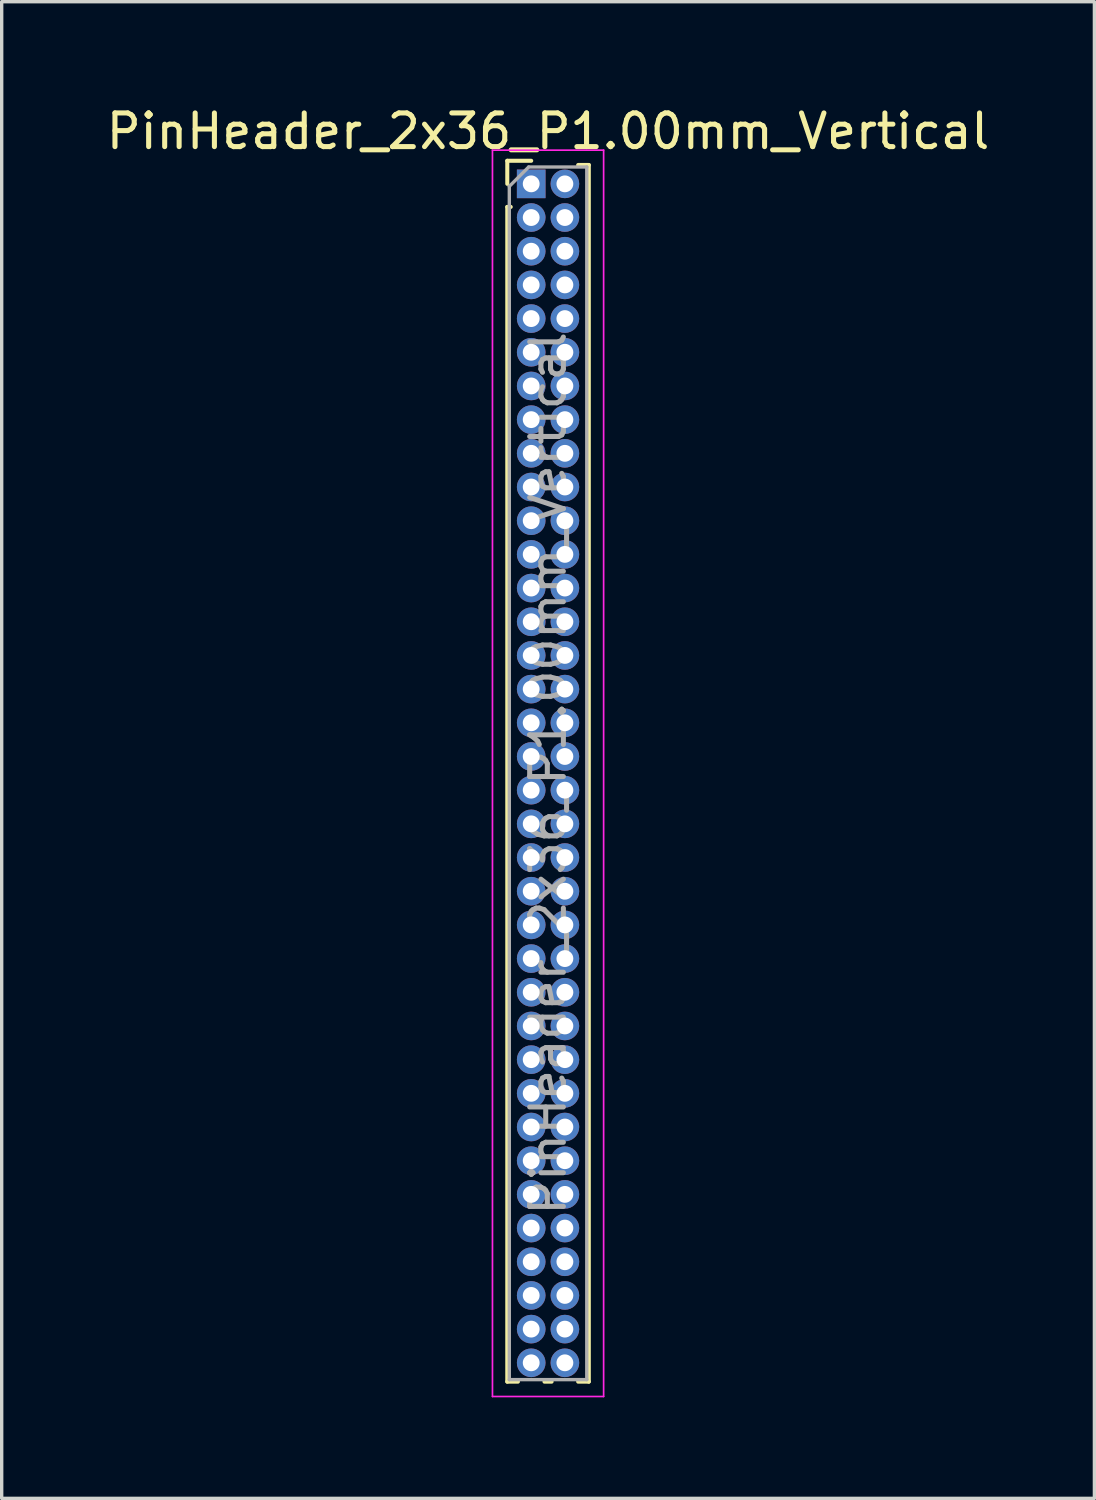
<source format=kicad_pcb>
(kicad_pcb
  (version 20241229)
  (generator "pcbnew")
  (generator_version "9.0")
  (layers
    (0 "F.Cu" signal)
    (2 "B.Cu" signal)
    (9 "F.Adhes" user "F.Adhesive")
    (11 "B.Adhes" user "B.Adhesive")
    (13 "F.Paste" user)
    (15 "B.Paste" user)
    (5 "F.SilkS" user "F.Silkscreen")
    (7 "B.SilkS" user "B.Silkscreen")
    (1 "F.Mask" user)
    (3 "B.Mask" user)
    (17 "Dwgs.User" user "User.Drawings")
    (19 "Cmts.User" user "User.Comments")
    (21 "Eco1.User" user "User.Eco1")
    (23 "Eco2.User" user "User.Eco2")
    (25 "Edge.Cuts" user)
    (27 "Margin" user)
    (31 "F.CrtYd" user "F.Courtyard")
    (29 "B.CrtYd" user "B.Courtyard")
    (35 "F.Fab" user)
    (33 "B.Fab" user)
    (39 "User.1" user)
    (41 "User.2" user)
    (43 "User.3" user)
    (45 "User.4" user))
  (footprint "PinHeader_2x36_P1.00mm_Vertical"
    (layer "F.Cu")
    (at 12.72 2.408)
    (property "Reference" "PinHeader_2x36_P1.00mm_Vertical" (at 0.5 -1.56 0) (layer "F.SilkS") (effects (font (size 1 1) (thickness 0.15))))
    (attr through_hole)
    (fp_line (start -0.71 -0.685) (end 0 -0.685) (stroke (width 0.12) (type solid)) (layer "F.SilkS"))
    (fp_line (start -0.71 0) (end -0.71 -0.685) (stroke (width 0.12) (type solid)) (layer "F.SilkS"))
    (fp_line (start -0.71 0.685) (end -0.71 35.56) (stroke (width 0.12) (type solid)) (layer "F.SilkS"))
    (fp_line (start -0.71 0.685) (end -0.608 0.685) (stroke (width 0.12) (type solid)) (layer "F.SilkS"))
    (fp_line (start -0.71 35.56) (end -0.394 35.56) (stroke (width 0.12) (type solid)) (layer "F.SilkS"))
    (fp_line (start 0.394 35.56) (end 0.606 35.56) (stroke (width 0.12) (type solid)) (layer "F.SilkS"))
    (fp_line (start 1.394 -0.56) (end 1.71 -0.56) (stroke (width 0.12) (type solid)) (layer "F.SilkS"))
    (fp_line (start 1.394 35.56) (end 1.71 35.56) (stroke (width 0.12) (type solid)) (layer "F.SilkS"))
    (fp_line (start 1.71 -0.56) (end 1.71 35.56) (stroke (width 0.12) (type solid)) (layer "F.SilkS"))
    (fp_line (start -1.15 -1) (end -1.15 36) (stroke (width 0.05) (type solid)) (layer "F.CrtYd"))
    (fp_line (start -1.15 36) (end 2.15 36) (stroke (width 0.05) (type solid)) (layer "F.CrtYd"))
    (fp_line (start 2.15 -1) (end -1.15 -1) (stroke (width 0.05) (type solid)) (layer "F.CrtYd"))
    (fp_line (start 2.15 36) (end 2.15 -1) (stroke (width 0.05) (type solid)) (layer "F.CrtYd"))
    (fp_line (start -0.65 0.075) (end -0.075 -0.5) (stroke (width 0.1) (type solid)) (layer "F.Fab"))
    (fp_line (start -0.65 35.5) (end -0.65 0.075) (stroke (width 0.1) (type solid)) (layer "F.Fab"))
    (fp_line (start -0.075 -0.5) (end 1.65 -0.5) (stroke (width 0.1) (type solid)) (layer "F.Fab"))
    (fp_line (start 1.65 -0.5) (end 1.65 35.5) (stroke (width 0.1) (type solid)) (layer "F.Fab"))
    (fp_line (start 1.65 35.5) (end -0.65 35.5) (stroke (width 0.1) (type solid)) (layer "F.Fab"))
    (fp_text user "${REFERENCE}" (at 0.5 17.5 90) (layer "F.Fab") (effects (font (size 1 1) (thickness 0.15))))
    (pad "1" thru_hole rect (at 0 0) (size 0.85 0.85) (drill 0.5) (layers "*.Cu" "*.Mask"))
    (pad "2" thru_hole oval (at 1 0) (size 0.85 0.85) (drill 0.5) (layers "*.Cu" "*.Mask"))
    (pad "3" thru_hole oval (at 0 1) (size 0.85 0.85) (drill 0.5) (layers "*.Cu" "*.Mask"))
    (pad "4" thru_hole oval (at 1 1) (size 0.85 0.85) (drill 0.5) (layers "*.Cu" "*.Mask"))
    (pad "5" thru_hole oval (at 0 2) (size 0.85 0.85) (drill 0.5) (layers "*.Cu" "*.Mask"))
    (pad "6" thru_hole oval (at 1 2) (size 0.85 0.85) (drill 0.5) (layers "*.Cu" "*.Mask"))
    (pad "7" thru_hole oval (at 0 3) (size 0.85 0.85) (drill 0.5) (layers "*.Cu" "*.Mask"))
    (pad "8" thru_hole oval (at 1 3) (size 0.85 0.85) (drill 0.5) (layers "*.Cu" "*.Mask"))
    (pad "9" thru_hole oval (at 0 4) (size 0.85 0.85) (drill 0.5) (layers "*.Cu" "*.Mask"))
    (pad "10" thru_hole oval (at 1 4) (size 0.85 0.85) (drill 0.5) (layers "*.Cu" "*.Mask"))
    (pad "11" thru_hole oval (at 0 5) (size 0.85 0.85) (drill 0.5) (layers "*.Cu" "*.Mask"))
    (pad "12" thru_hole oval (at 1 5) (size 0.85 0.85) (drill 0.5) (layers "*.Cu" "*.Mask"))
    (pad "13" thru_hole oval (at 0 6) (size 0.85 0.85) (drill 0.5) (layers "*.Cu" "*.Mask"))
    (pad "14" thru_hole oval (at 1 6) (size 0.85 0.85) (drill 0.5) (layers "*.Cu" "*.Mask"))
    (pad "15" thru_hole oval (at 0 7) (size 0.85 0.85) (drill 0.5) (layers "*.Cu" "*.Mask"))
    (pad "16" thru_hole oval (at 1 7) (size 0.85 0.85) (drill 0.5) (layers "*.Cu" "*.Mask"))
    (pad "17" thru_hole oval (at 0 8) (size 0.85 0.85) (drill 0.5) (layers "*.Cu" "*.Mask"))
    (pad "18" thru_hole oval (at 1 8) (size 0.85 0.85) (drill 0.5) (layers "*.Cu" "*.Mask"))
    (pad "19" thru_hole oval (at 0 9) (size 0.85 0.85) (drill 0.5) (layers "*.Cu" "*.Mask"))
    (pad "20" thru_hole oval (at 1 9) (size 0.85 0.85) (drill 0.5) (layers "*.Cu" "*.Mask"))
    (pad "21" thru_hole oval (at 0 10) (size 0.85 0.85) (drill 0.5) (layers "*.Cu" "*.Mask"))
    (pad "22" thru_hole oval (at 1 10) (size 0.85 0.85) (drill 0.5) (layers "*.Cu" "*.Mask"))
    (pad "23" thru_hole oval (at 0 11) (size 0.85 0.85) (drill 0.5) (layers "*.Cu" "*.Mask"))
    (pad "24" thru_hole oval (at 1 11) (size 0.85 0.85) (drill 0.5) (layers "*.Cu" "*.Mask"))
    (pad "25" thru_hole oval (at 0 12) (size 0.85 0.85) (drill 0.5) (layers "*.Cu" "*.Mask"))
    (pad "26" thru_hole oval (at 1 12) (size 0.85 0.85) (drill 0.5) (layers "*.Cu" "*.Mask"))
    (pad "27" thru_hole oval (at 0 13) (size 0.85 0.85) (drill 0.5) (layers "*.Cu" "*.Mask"))
    (pad "28" thru_hole oval (at 1 13) (size 0.85 0.85) (drill 0.5) (layers "*.Cu" "*.Mask"))
    (pad "29" thru_hole oval (at 0 14) (size 0.85 0.85) (drill 0.5) (layers "*.Cu" "*.Mask"))
    (pad "30" thru_hole oval (at 1 14) (size 0.85 0.85) (drill 0.5) (layers "*.Cu" "*.Mask"))
    (pad "31" thru_hole oval (at 0 15) (size 0.85 0.85) (drill 0.5) (layers "*.Cu" "*.Mask"))
    (pad "32" thru_hole oval (at 1 15) (size 0.85 0.85) (drill 0.5) (layers "*.Cu" "*.Mask"))
    (pad "33" thru_hole oval (at 0 16) (size 0.85 0.85) (drill 0.5) (layers "*.Cu" "*.Mask"))
    (pad "34" thru_hole oval (at 1 16) (size 0.85 0.85) (drill 0.5) (layers "*.Cu" "*.Mask"))
    (pad "35" thru_hole oval (at 0 17) (size 0.85 0.85) (drill 0.5) (layers "*.Cu" "*.Mask"))
    (pad "36" thru_hole oval (at 1 17) (size 0.85 0.85) (drill 0.5) (layers "*.Cu" "*.Mask"))
    (pad "37" thru_hole oval (at 0 18) (size 0.85 0.85) (drill 0.5) (layers "*.Cu" "*.Mask"))
    (pad "38" thru_hole oval (at 1 18) (size 0.85 0.85) (drill 0.5) (layers "*.Cu" "*.Mask"))
    (pad "39" thru_hole oval (at 0 19) (size 0.85 0.85) (drill 0.5) (layers "*.Cu" "*.Mask"))
    (pad "40" thru_hole oval (at 1 19) (size 0.85 0.85) (drill 0.5) (layers "*.Cu" "*.Mask"))
    (pad "41" thru_hole oval (at 0 20) (size 0.85 0.85) (drill 0.5) (layers "*.Cu" "*.Mask"))
    (pad "42" thru_hole oval (at 1 20) (size 0.85 0.85) (drill 0.5) (layers "*.Cu" "*.Mask"))
    (pad "43" thru_hole oval (at 0 21) (size 0.85 0.85) (drill 0.5) (layers "*.Cu" "*.Mask"))
    (pad "44" thru_hole oval (at 1 21) (size 0.85 0.85) (drill 0.5) (layers "*.Cu" "*.Mask"))
    (pad "45" thru_hole oval (at 0 22) (size 0.85 0.85) (drill 0.5) (layers "*.Cu" "*.Mask"))
    (pad "46" thru_hole oval (at 1 22) (size 0.85 0.85) (drill 0.5) (layers "*.Cu" "*.Mask"))
    (pad "47" thru_hole oval (at 0 23) (size 0.85 0.85) (drill 0.5) (layers "*.Cu" "*.Mask"))
    (pad "48" thru_hole oval (at 1 23) (size 0.85 0.85) (drill 0.5) (layers "*.Cu" "*.Mask"))
    (pad "49" thru_hole oval (at 0 24) (size 0.85 0.85) (drill 0.5) (layers "*.Cu" "*.Mask"))
    (pad "50" thru_hole oval (at 1 24) (size 0.85 0.85) (drill 0.5) (layers "*.Cu" "*.Mask"))
    (pad "51" thru_hole oval (at 0 25) (size 0.85 0.85) (drill 0.5) (layers "*.Cu" "*.Mask"))
    (pad "52" thru_hole oval (at 1 25) (size 0.85 0.85) (drill 0.5) (layers "*.Cu" "*.Mask"))
    (pad "53" thru_hole oval (at 0 26) (size 0.85 0.85) (drill 0.5) (layers "*.Cu" "*.Mask"))
    (pad "54" thru_hole oval (at 1 26) (size 0.85 0.85) (drill 0.5) (layers "*.Cu" "*.Mask"))
    (pad "55" thru_hole oval (at 0 27) (size 0.85 0.85) (drill 0.5) (layers "*.Cu" "*.Mask"))
    (pad "56" thru_hole oval (at 1 27) (size 0.85 0.85) (drill 0.5) (layers "*.Cu" "*.Mask"))
    (pad "57" thru_hole oval (at 0 28) (size 0.85 0.85) (drill 0.5) (layers "*.Cu" "*.Mask"))
    (pad "58" thru_hole oval (at 1 28) (size 0.85 0.85) (drill 0.5) (layers "*.Cu" "*.Mask"))
    (pad "59" thru_hole oval (at 0 29) (size 0.85 0.85) (drill 0.5) (layers "*.Cu" "*.Mask"))
    (pad "60" thru_hole oval (at 1 29) (size 0.85 0.85) (drill 0.5) (layers "*.Cu" "*.Mask"))
    (pad "61" thru_hole oval (at 0 30) (size 0.85 0.85) (drill 0.5) (layers "*.Cu" "*.Mask"))
    (pad "62" thru_hole oval (at 1 30) (size 0.85 0.85) (drill 0.5) (layers "*.Cu" "*.Mask"))
    (pad "63" thru_hole oval (at 0 31) (size 0.85 0.85) (drill 0.5) (layers "*.Cu" "*.Mask"))
    (pad "64" thru_hole oval (at 1 31) (size 0.85 0.85) (drill 0.5) (layers "*.Cu" "*.Mask"))
    (pad "65" thru_hole oval (at 0 32) (size 0.85 0.85) (drill 0.5) (layers "*.Cu" "*.Mask"))
    (pad "66" thru_hole oval (at 1 32) (size 0.85 0.85) (drill 0.5) (layers "*.Cu" "*.Mask"))
    (pad "67" thru_hole oval (at 0 33) (size 0.85 0.85) (drill 0.5) (layers "*.Cu" "*.Mask"))
    (pad "68" thru_hole oval (at 1 33) (size 0.85 0.85) (drill 0.5) (layers "*.Cu" "*.Mask"))
    (pad "69" thru_hole oval (at 0 34) (size 0.85 0.85) (drill 0.5) (layers "*.Cu" "*.Mask"))
    (pad "70" thru_hole oval (at 1 34) (size 0.85 0.85) (drill 0.5) (layers "*.Cu" "*.Mask"))
    (pad "71" thru_hole oval (at 0 35) (size 0.85 0.85) (drill 0.5) (layers "*.Cu" "*.Mask"))
    (pad "72" thru_hole oval (at 1 35) (size 0.85 0.85) (drill 0.5) (layers "*.Cu" "*.Mask")))
  (gr_rect
    (start -3 -3)
    (end 29.44 41.433)
    (stroke (width 0.1) (type default))
    (fill no)
    (layer "Edge.Cuts")))
</source>
